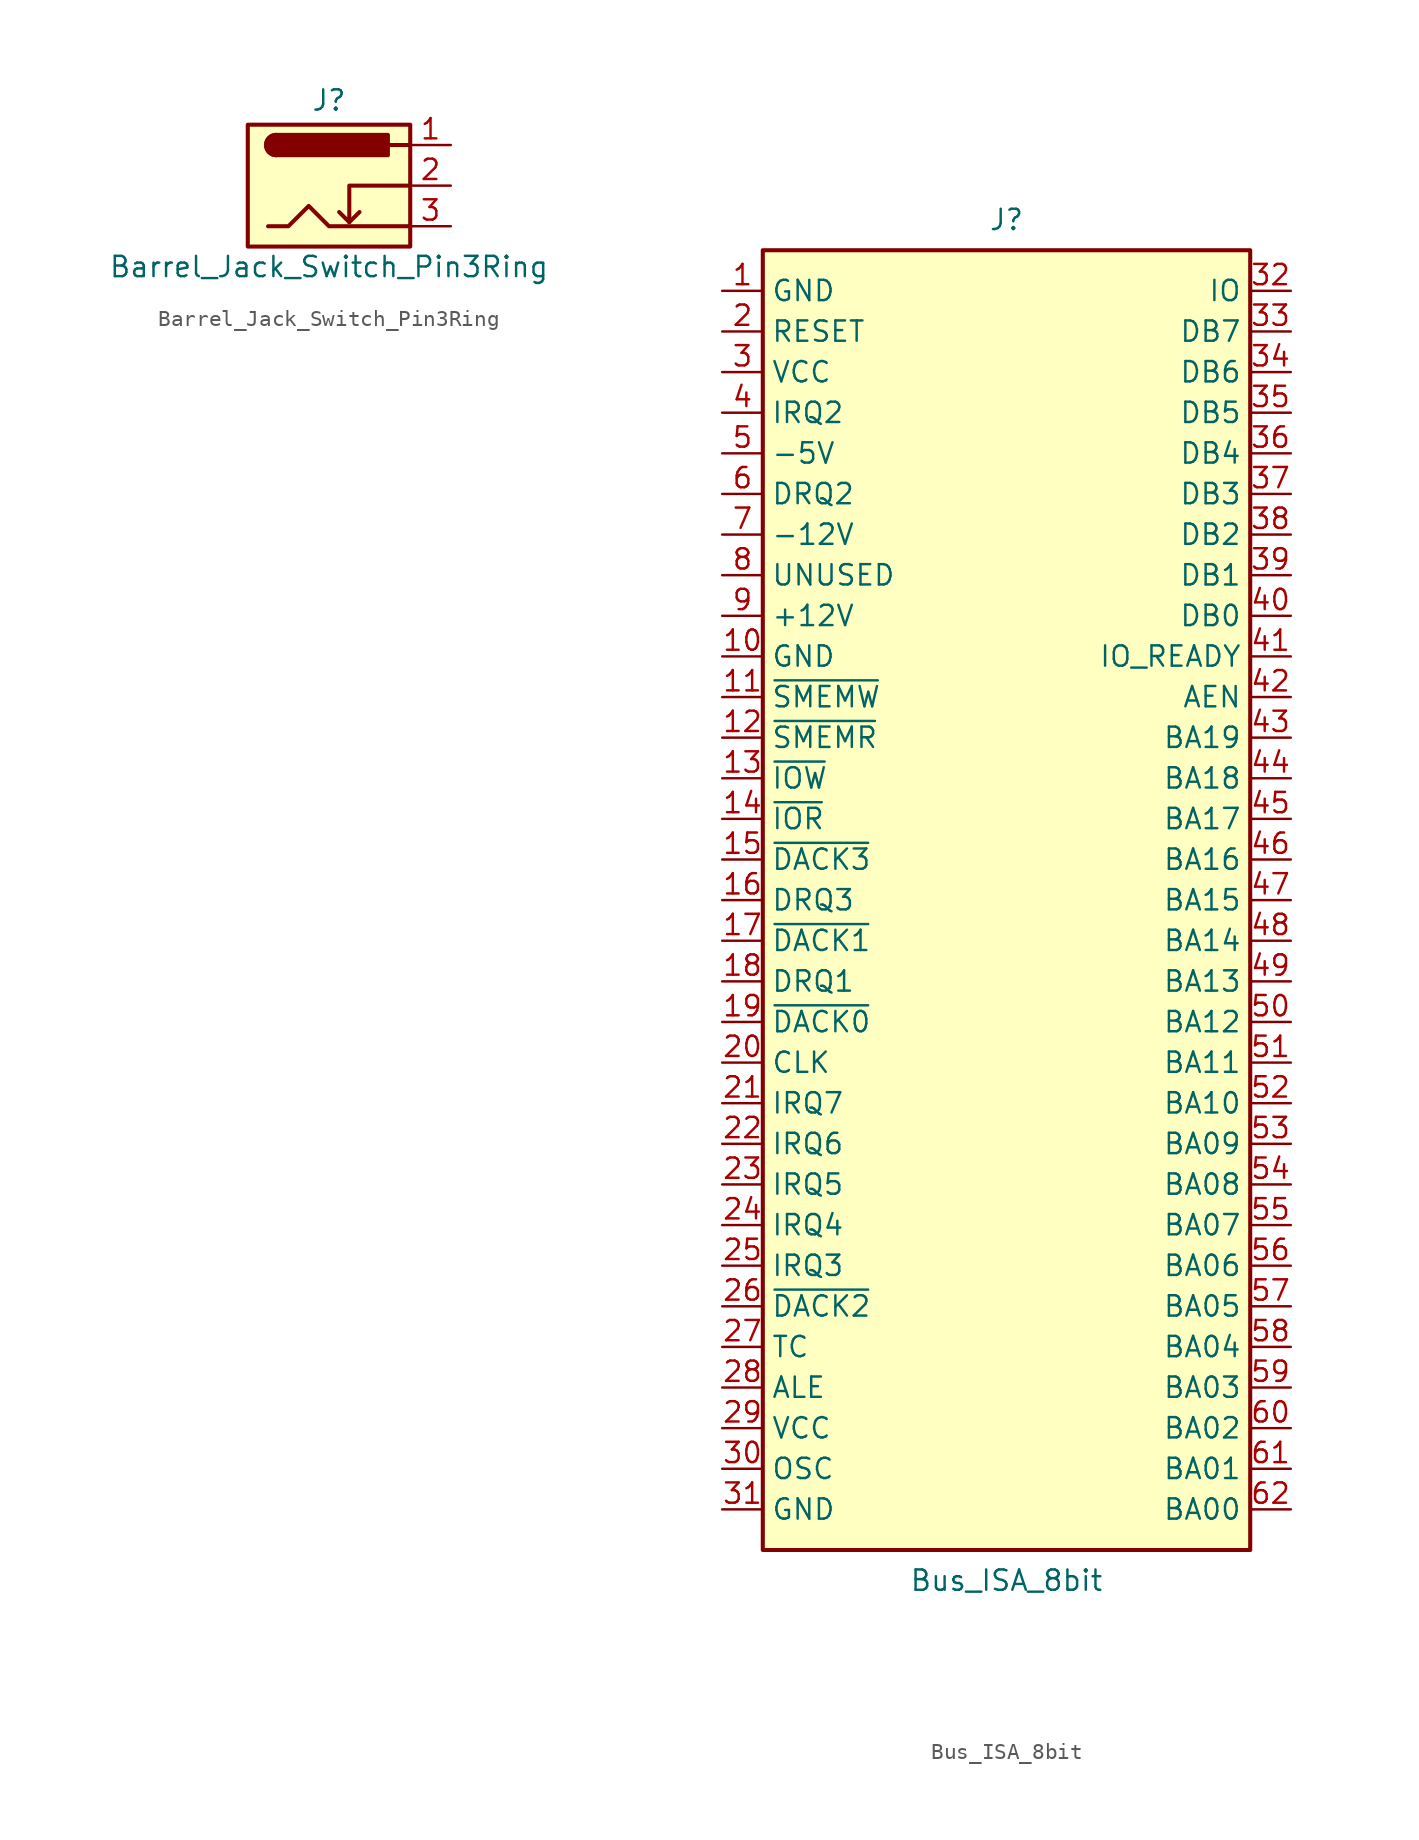
<source format=kicad_sym>
(kicad_symbol_lib
  (version 20220914)
  (generator kicad_symbol_editor)
  (symbol "Barrel_Jack_Switch_Pin3Ring"
    (pin_names hide)
    (property "Reference" "J"
      (at 0 5.334 0)
      (effects (font (size 1.27 1.27))))
    (property "Value" "Barrel_Jack_Switch_Pin3Ring"
      (at 0 -5.08 0)
      (effects (font (size 1.27 1.27))))
    (symbol "Barrel_Jack_Switch_Pin3Ring_0_1"
      (rectangle (start -5.08 3.81) (end 5.08 -3.81) (stroke (width 0.254) (type solid)) (fill (type background)))
      (arc (start -3.302 3.175) (mid -3.9343 2.54) (end -3.302 1.905) (stroke (width 0.254) (type solid)) (fill (type none)))
      (arc (start -3.302 3.175) (mid -3.9343 2.54) (end -3.302 1.905) (stroke (width 0.254) (type solid)) (fill (type outline)))
      (polyline (pts (xy 1.27 -2.286) (xy 1.905 -1.651)) (stroke (width 0.254) (type solid)) (fill (type none)))
      (polyline (pts (xy 5.08 2.54) (xy 3.81 2.54)) (stroke (width 0.254) (type solid)) (fill (type none)))
      (polyline (pts (xy 5.08 0) (xy 1.27 0) (xy 1.27 -2.286) (xy 0.635 -1.651)) (stroke (width 0.254) (type solid)) (fill (type none)))
      (polyline (pts (xy -3.81 -2.54) (xy -2.54 -2.54) (xy -1.27 -1.27) (xy 0 -2.54) (xy 2.54 -2.54) (xy 5.08 -2.54)) (stroke (width 0.254) (type solid)) (fill (type none)))
      (rectangle (start 3.683 3.175) (end -3.302 1.905) (stroke (width 0.254) (type solid)) (fill (type outline))))
    (symbol "Barrel_Jack_Switch_Pin3Ring_1_1"
      (pin passive line (at 7.62 2.54 180) (length 2.54) (name "~" (effects (font (size 1.27 1.27)))) (number "1" (effects (font (size 1.27 1.27)))))
      (pin passive line (at 7.62 0 180) (length 2.54) (name "~" (effects (font (size 1.27 1.27)))) (number "2" (effects (font (size 1.27 1.27)))))
      (pin passive line (at 7.62 -2.54 180) (length 2.54) (name "~" (effects (font (size 1.27 1.27)))) (number "3" (effects (font (size 1.27 1.27)))))))
  (symbol "Bus_ISA_8bit"
    (property "Reference" "J"
      (at 0 42.545 0)
      (effects (font (size 1.27 1.27))))
    (property "Value" "Bus_ISA_8bit"
      (at 0 -42.545 0)
      (effects (font (size 1.27 1.27))))
    (symbol "Bus_ISA_8bit_0_1"
      (rectangle (start -15.24 -40.64) (end 15.24 40.64) (stroke (width 0.254) (type solid)) (fill (type background))))
    (symbol "Bus_ISA_8bit_1_1"
      (pin power_in line (at -17.78 38.1 0) (length 2.54) (name "GND" (effects (font (size 1.27 1.27)))) (number "1" (effects (font (size 1.27 1.27)))))
      (pin power_in line (at -17.78 15.24 0) (length 2.54) (name "GND" (effects (font (size 1.27 1.27)))) (number "10" (effects (font (size 1.27 1.27)))))
      (pin output line (at -17.78 12.7 0) (length 2.54) (name "~{SMEMW}" (effects (font (size 1.27 1.27)))) (number "11" (effects (font (size 1.27 1.27)))))
      (pin output line (at -17.78 10.16 0) (length 2.54) (name "~{SMEMR}" (effects (font (size 1.27 1.27)))) (number "12" (effects (font (size 1.27 1.27)))))
      (pin output line (at -17.78 7.62 0) (length 2.54) (name "~{IOW}" (effects (font (size 1.27 1.27)))) (number "13" (effects (font (size 1.27 1.27)))))
      (pin output line (at -17.78 5.08 0) (length 2.54) (name "~{IOR}" (effects (font (size 1.27 1.27)))) (number "14" (effects (font (size 1.27 1.27)))))
      (pin passive line (at -17.78 2.54 0) (length 2.54) (name "~{DACK3}" (effects (font (size 1.27 1.27)))) (number "15" (effects (font (size 1.27 1.27)))))
      (pin passive line (at -17.78 0 0) (length 2.54) (name "DRQ3" (effects (font (size 1.27 1.27)))) (number "16" (effects (font (size 1.27 1.27)))))
      (pin passive line (at -17.78 -2.54 0) (length 2.54) (name "~{DACK1}" (effects (font (size 1.27 1.27)))) (number "17" (effects (font (size 1.27 1.27)))))
      (pin passive line (at -17.78 -5.08 0) (length 2.54) (name "DRQ1" (effects (font (size 1.27 1.27)))) (number "18" (effects (font (size 1.27 1.27)))))
      (pin passive line (at -17.78 -7.62 0) (length 2.54) (name "~{DACK0}" (effects (font (size 1.27 1.27)))) (number "19" (effects (font (size 1.27 1.27)))))
      (pin output line (at -17.78 35.56 0) (length 2.54) (name "RESET" (effects (font (size 1.27 1.27)))) (number "2" (effects (font (size 1.27 1.27)))))
      (pin output line (at -17.78 -10.16 0) (length 2.54) (name "CLK" (effects (font (size 1.27 1.27)))) (number "20" (effects (font (size 1.27 1.27)))))
      (pin passive line (at -17.78 -12.7 0) (length 2.54) (name "IRQ7" (effects (font (size 1.27 1.27)))) (number "21" (effects (font (size 1.27 1.27)))))
      (pin passive line (at -17.78 -15.24 0) (length 2.54) (name "IRQ6" (effects (font (size 1.27 1.27)))) (number "22" (effects (font (size 1.27 1.27)))))
      (pin passive line (at -17.78 -17.78 0) (length 2.54) (name "IRQ5" (effects (font (size 1.27 1.27)))) (number "23" (effects (font (size 1.27 1.27)))))
      (pin passive line (at -17.78 -20.32 0) (length 2.54) (name "IRQ4" (effects (font (size 1.27 1.27)))) (number "24" (effects (font (size 1.27 1.27)))))
      (pin passive line (at -17.78 -22.86 0) (length 2.54) (name "IRQ3" (effects (font (size 1.27 1.27)))) (number "25" (effects (font (size 1.27 1.27)))))
      (pin passive line (at -17.78 -25.4 0) (length 2.54) (name "~{DACK2}" (effects (font (size 1.27 1.27)))) (number "26" (effects (font (size 1.27 1.27)))))
      (pin passive line (at -17.78 -27.94 0) (length 2.54) (name "TC" (effects (font (size 1.27 1.27)))) (number "27" (effects (font (size 1.27 1.27)))))
      (pin output line (at -17.78 -30.48 0) (length 2.54) (name "ALE" (effects (font (size 1.27 1.27)))) (number "28" (effects (font (size 1.27 1.27)))))
      (pin power_in line (at -17.78 -33.02 0) (length 2.54) (name "VCC" (effects (font (size 1.27 1.27)))) (number "29" (effects (font (size 1.27 1.27)))))
      (pin power_in line (at -17.78 33.02 0) (length 2.54) (name "VCC" (effects (font (size 1.27 1.27)))) (number "3" (effects (font (size 1.27 1.27)))))
      (pin output line (at -17.78 -35.56 0) (length 2.54) (name "OSC" (effects (font (size 1.27 1.27)))) (number "30" (effects (font (size 1.27 1.27)))))
      (pin power_in line (at -17.78 -38.1 0) (length 2.54) (name "GND" (effects (font (size 1.27 1.27)))) (number "31" (effects (font (size 1.27 1.27)))))
      (pin passive line (at 17.78 38.1 180) (length 2.54) (name "IO" (effects (font (size 1.27 1.27)))) (number "32" (effects (font (size 1.27 1.27)))))
      (pin tri_state line (at 17.78 35.56 180) (length 2.54) (name "DB7" (effects (font (size 1.27 1.27)))) (number "33" (effects (font (size 1.27 1.27)))))
      (pin tri_state line (at 17.78 33.02 180) (length 2.54) (name "DB6" (effects (font (size 1.27 1.27)))) (number "34" (effects (font (size 1.27 1.27)))))
      (pin tri_state line (at 17.78 30.48 180) (length 2.54) (name "DB5" (effects (font (size 1.27 1.27)))) (number "35" (effects (font (size 1.27 1.27)))))
      (pin tri_state line (at 17.78 27.94 180) (length 2.54) (name "DB4" (effects (font (size 1.27 1.27)))) (number "36" (effects (font (size 1.27 1.27)))))
      (pin tri_state line (at 17.78 25.4 180) (length 2.54) (name "DB3" (effects (font (size 1.27 1.27)))) (number "37" (effects (font (size 1.27 1.27)))))
      (pin tri_state line (at 17.78 22.86 180) (length 2.54) (name "DB2" (effects (font (size 1.27 1.27)))) (number "38" (effects (font (size 1.27 1.27)))))
      (pin tri_state line (at 17.78 20.32 180) (length 2.54) (name "DB1" (effects (font (size 1.27 1.27)))) (number "39" (effects (font (size 1.27 1.27)))))
      (pin passive line (at -17.78 30.48 0) (length 2.54) (name "IRQ2" (effects (font (size 1.27 1.27)))) (number "4" (effects (font (size 1.27 1.27)))))
      (pin tri_state line (at 17.78 17.78 180) (length 2.54) (name "DB0" (effects (font (size 1.27 1.27)))) (number "40" (effects (font (size 1.27 1.27)))))
      (pin passive line (at 17.78 15.24 180) (length 2.54) (name "IO_READY" (effects (font (size 1.27 1.27)))) (number "41" (effects (font (size 1.27 1.27)))))
      (pin output line (at 17.78 12.7 180) (length 2.54) (name "AEN" (effects (font (size 1.27 1.27)))) (number "42" (effects (font (size 1.27 1.27)))))
      (pin tri_state line (at 17.78 10.16 180) (length 2.54) (name "BA19" (effects (font (size 1.27 1.27)))) (number "43" (effects (font (size 1.27 1.27)))))
      (pin tri_state line (at 17.78 7.62 180) (length 2.54) (name "BA18" (effects (font (size 1.27 1.27)))) (number "44" (effects (font (size 1.27 1.27)))))
      (pin tri_state line (at 17.78 5.08 180) (length 2.54) (name "BA17" (effects (font (size 1.27 1.27)))) (number "45" (effects (font (size 1.27 1.27)))))
      (pin tri_state line (at 17.78 2.54 180) (length 2.54) (name "BA16" (effects (font (size 1.27 1.27)))) (number "46" (effects (font (size 1.27 1.27)))))
      (pin tri_state line (at 17.78 0 180) (length 2.54) (name "BA15" (effects (font (size 1.27 1.27)))) (number "47" (effects (font (size 1.27 1.27)))))
      (pin tri_state line (at 17.78 -2.54 180) (length 2.54) (name "BA14" (effects (font (size 1.27 1.27)))) (number "48" (effects (font (size 1.27 1.27)))))
      (pin tri_state line (at 17.78 -5.08 180) (length 2.54) (name "BA13" (effects (font (size 1.27 1.27)))) (number "49" (effects (font (size 1.27 1.27)))))
      (pin power_in line (at -17.78 27.94 0) (length 2.54) (name "-5V" (effects (font (size 1.27 1.27)))) (number "5" (effects (font (size 1.27 1.27)))))
      (pin tri_state line (at 17.78 -7.62 180) (length 2.54) (name "BA12" (effects (font (size 1.27 1.27)))) (number "50" (effects (font (size 1.27 1.27)))))
      (pin tri_state line (at 17.78 -10.16 180) (length 2.54) (name "BA11" (effects (font (size 1.27 1.27)))) (number "51" (effects (font (size 1.27 1.27)))))
      (pin tri_state line (at 17.78 -12.7 180) (length 2.54) (name "BA10" (effects (font (size 1.27 1.27)))) (number "52" (effects (font (size 1.27 1.27)))))
      (pin tri_state line (at 17.78 -15.24 180) (length 2.54) (name "BA09" (effects (font (size 1.27 1.27)))) (number "53" (effects (font (size 1.27 1.27)))))
      (pin tri_state line (at 17.78 -17.78 180) (length 2.54) (name "BA08" (effects (font (size 1.27 1.27)))) (number "54" (effects (font (size 1.27 1.27)))))
      (pin tri_state line (at 17.78 -20.32 180) (length 2.54) (name "BA07" (effects (font (size 1.27 1.27)))) (number "55" (effects (font (size 1.27 1.27)))))
      (pin tri_state line (at 17.78 -22.86 180) (length 2.54) (name "BA06" (effects (font (size 1.27 1.27)))) (number "56" (effects (font (size 1.27 1.27)))))
      (pin tri_state line (at 17.78 -25.4 180) (length 2.54) (name "BA05" (effects (font (size 1.27 1.27)))) (number "57" (effects (font (size 1.27 1.27)))))
      (pin tri_state line (at 17.78 -27.94 180) (length 2.54) (name "BA04" (effects (font (size 1.27 1.27)))) (number "58" (effects (font (size 1.27 1.27)))))
      (pin tri_state line (at 17.78 -30.48 180) (length 2.54) (name "BA03" (effects (font (size 1.27 1.27)))) (number "59" (effects (font (size 1.27 1.27)))))
      (pin passive line (at -17.78 25.4 0) (length 2.54) (name "DRQ2" (effects (font (size 1.27 1.27)))) (number "6" (effects (font (size 1.27 1.27)))))
      (pin tri_state line (at 17.78 -33.02 180) (length 2.54) (name "BA02" (effects (font (size 1.27 1.27)))) (number "60" (effects (font (size 1.27 1.27)))))
      (pin tri_state line (at 17.78 -35.56 180) (length 2.54) (name "BA01" (effects (font (size 1.27 1.27)))) (number "61" (effects (font (size 1.27 1.27)))))
      (pin tri_state line (at 17.78 -38.1 180) (length 2.54) (name "BA00" (effects (font (size 1.27 1.27)))) (number "62" (effects (font (size 1.27 1.27)))))
      (pin power_in line (at -17.78 22.86 0) (length 2.54) (name "-12V" (effects (font (size 1.27 1.27)))) (number "7" (effects (font (size 1.27 1.27)))))
      (pin passive line (at -17.78 20.32 0) (length 2.54) (name "UNUSED" (effects (font (size 1.27 1.27)))) (number "8" (effects (font (size 1.27 1.27)))))
      (pin power_in line (at -17.78 17.78 0) (length 2.54) (name "+12V" (effects (font (size 1.27 1.27)))) (number "9" (effects (font (size 1.27 1.27))))))))
</source>
